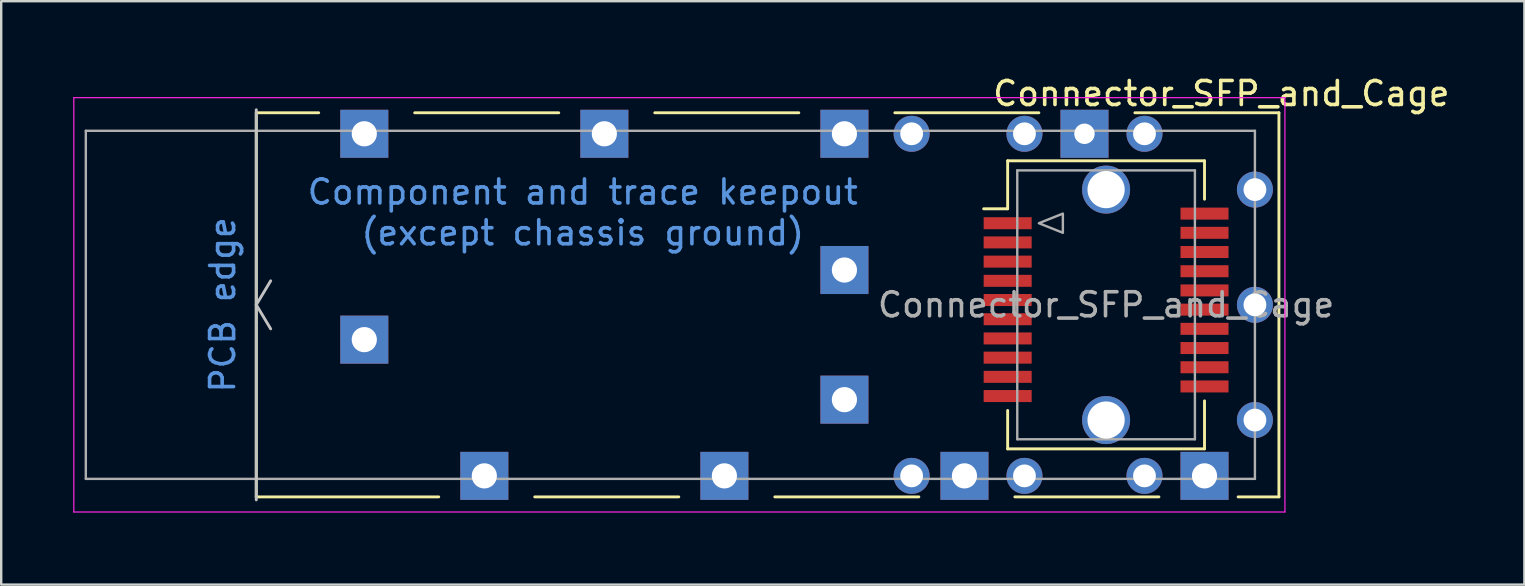
<source format=kicad_pcb>
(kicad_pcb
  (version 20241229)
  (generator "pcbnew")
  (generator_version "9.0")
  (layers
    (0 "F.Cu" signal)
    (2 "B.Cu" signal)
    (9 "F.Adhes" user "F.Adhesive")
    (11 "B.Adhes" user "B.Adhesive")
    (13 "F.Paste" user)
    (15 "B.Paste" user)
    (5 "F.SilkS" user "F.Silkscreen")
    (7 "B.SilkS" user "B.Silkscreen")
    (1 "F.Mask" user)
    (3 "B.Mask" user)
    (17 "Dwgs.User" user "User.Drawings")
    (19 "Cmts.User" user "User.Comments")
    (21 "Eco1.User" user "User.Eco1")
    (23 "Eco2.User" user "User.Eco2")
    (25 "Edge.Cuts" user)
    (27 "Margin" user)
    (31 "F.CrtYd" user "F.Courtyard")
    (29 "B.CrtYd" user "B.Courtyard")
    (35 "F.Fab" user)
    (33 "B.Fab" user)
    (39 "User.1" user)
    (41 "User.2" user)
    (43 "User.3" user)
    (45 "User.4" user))
  (footprint "Connector_SFP_and_Cage"
    (layer "F.Cu")
    (at 49.225 9.648)
    (property "Reference" "Connector_SFP_and_Cage" (at -1.4 -8.8 0) (layer "F.SilkS") (effects (font (size 1 1) (thickness 0.15))))
    (attr smd)
    (fp_line (start -41.6 8) (end -41.6 -8) (stroke (width 0.12) (type solid)) (layer "F.SilkS"))
    (fp_line (start -39 -8) (end -41.6 -8) (stroke (width 0.12) (type solid)) (layer "F.SilkS"))
    (fp_line (start -34 8) (end -41.6 8) (stroke (width 0.12) (type solid)) (layer "F.SilkS"))
    (fp_line (start -30 8) (end -24 8) (stroke (width 0.12) (type solid)) (layer "F.SilkS"))
    (fp_line (start -29 -8) (end -35 -8) (stroke (width 0.12) (type solid)) (layer "F.SilkS"))
    (fp_line (start -20 8) (end -14 8) (stroke (width 0.12) (type solid)) (layer "F.SilkS"))
    (fp_line (start -19 -8) (end -25 -8) (stroke (width 0.12) (type solid)) (layer "F.SilkS"))
    (fp_line (start -10.3 -6) (end -10.3 -4) (stroke (width 0.12) (type solid)) (layer "F.SilkS"))
    (fp_line (start -10.3 -4) (end -11.3 -4) (stroke (width 0.12) (type solid)) (layer "F.SilkS"))
    (fp_line (start -10.3 4.4) (end -10.3 6) (stroke (width 0.12) (type solid)) (layer "F.SilkS"))
    (fp_line (start -10 8) (end -4 8) (stroke (width 0.12) (type solid)) (layer "F.SilkS"))
    (fp_line (start -9 -8) (end -15 -8) (stroke (width 0.12) (type solid)) (layer "F.SilkS"))
    (fp_line (start -2.1 -6) (end -10.3 -6) (stroke (width 0.12) (type solid)) (layer "F.SilkS"))
    (fp_line (start -2.1 -4.4) (end -2.1 -6) (stroke (width 0.12) (type solid)) (layer "F.SilkS"))
    (fp_line (start -2.1 4) (end -2.1 6) (stroke (width 0.12) (type solid)) (layer "F.SilkS"))
    (fp_line (start -2.1 6) (end -10.3 6) (stroke (width 0.12) (type solid)) (layer "F.SilkS"))
    (fp_line (start -0.7 8) (end 1 8) (stroke (width 0.12) (type solid)) (layer "F.SilkS"))
    (fp_line (start 1 -8) (end -5 -8) (stroke (width 0.12) (type solid)) (layer "F.SilkS"))
    (fp_line (start 1 8) (end 1 -8) (stroke (width 0.12) (type solid)) (layer "F.SilkS"))
    (fp_line (start -41.6 0) (end -41 -1) (stroke (width 0.12) (type solid)) (layer "Dwgs.User"))
    (fp_line (start -41.6 8.125) (end -41.6 -8.125) (stroke (width 0.12) (type solid)) (layer "Dwgs.User"))
    (fp_line (start -41 1) (end -41.6 0) (stroke (width 0.12) (type solid)) (layer "Dwgs.User"))
    (fp_line (start -49.2 -8.63) (end -49.2 8.63) (stroke (width 0.05) (type solid)) (layer "F.CrtYd"))
    (fp_line (start -49.2 -8.63) (end 1.25 -8.63) (stroke (width 0.05) (type solid)) (layer "F.CrtYd"))
    (fp_line (start 1.25 8.63) (end -49.2 8.63) (stroke (width 0.05) (type solid)) (layer "F.CrtYd"))
    (fp_line (start 1.25 8.63) (end 1.25 -8.63) (stroke (width 0.05) (type solid)) (layer "F.CrtYd"))
    (fp_line (start -48.7 -7.25) (end -48.7 7.25) (stroke (width 0.1) (type solid)) (layer "F.Fab"))
    (fp_line (start -9.9 -5.6) (end -9.9 5.6) (stroke (width 0.1) (type solid)) (layer "F.Fab"))
    (fp_line (start -2.5 -5.6) (end -9.9 -5.6) (stroke (width 0.1) (type solid)) (layer "F.Fab"))
    (fp_line (start -2.5 -5.6) (end -2.5 5.6) (stroke (width 0.1) (type solid)) (layer "F.Fab"))
    (fp_line (start -2.5 5.6) (end -9.9 5.6) (stroke (width 0.1) (type solid)) (layer "F.Fab"))
    (fp_line (start 0 -7.25) (end -48.7 -7.25) (stroke (width 0.1) (type solid)) (layer "F.Fab"))
    (fp_line (start 0 -7.25) (end 0 7.25) (stroke (width 0.1) (type solid)) (layer "F.Fab"))
    (fp_line (start 0 7.25) (end -48.7 7.25) (stroke (width 0.1) (type solid)) (layer "F.Fab"))
    (fp_poly (pts (xy -9 -3.4) (xy -8 -3.8) (xy -8 -3)) (stroke (width 0.1) (type solid)) (fill no) (layer "F.Fab"))
    (fp_text user "Component and trace keepout" (at -28 -4.7 0) (layer "Cmts.User") (effects (font (size 1 1) (thickness 0.15))))
    (fp_text user "(except chassis ground)" (at -28 -3 0) (layer "Cmts.User") (effects (font (size 1 1) (thickness 0.15))))
    (fp_text user "PCB edge" (at -43 0 90) (layer "Cmts.User") (effects (font (size 1 1) (thickness 0.15))))
    (fp_text user "${REFERENCE}" (at -6.2 0 0) (layer "F.Fab") (effects (font (size 1 1) (thickness 0.15))))
    (pad "" np_thru_hole circle (at -6.2 -4.8) (size 2 2) (drill 1.55) (layers "*.Cu" "*.Mask"))
    (pad "" np_thru_hole circle (at -6.2 4.8) (size 2 2) (drill 1.55) (layers "*.Cu" "*.Mask"))
    (pad "1" smd rect (at -10.3 -3.4) (size 2 0.5) (layers "F.Cu" "F.Mask" "F.Paste"))
    (pad "2" smd rect (at -10.3 -2.6) (size 2 0.5) (layers "F.Cu" "F.Mask" "F.Paste"))
    (pad "3" smd rect (at -10.3 -1.8) (size 2 0.5) (layers "F.Cu" "F.Mask" "F.Paste"))
    (pad "4" smd rect (at -10.3 -1) (size 2 0.5) (layers "F.Cu" "F.Mask" "F.Paste"))
    (pad "5" smd rect (at -10.3 -0.2) (size 2 0.5) (layers "F.Cu" "F.Mask" "F.Paste"))
    (pad "6" smd rect (at -10.3 0.6) (size 2 0.5) (layers "F.Cu" "F.Mask" "F.Paste"))
    (pad "7" smd rect (at -10.3 1.4) (size 2 0.5) (layers "F.Cu" "F.Mask" "F.Paste"))
    (pad "8" smd rect (at -10.3 2.2) (size 2 0.5) (layers "F.Cu" "F.Mask" "F.Paste"))
    (pad "9" smd rect (at -10.3 3) (size 2 0.5) (layers "F.Cu" "F.Mask" "F.Paste"))
    (pad "10" smd rect (at -10.3 3.8) (size 2 0.5) (layers "F.Cu" "F.Mask" "F.Paste"))
    (pad "11" smd rect (at -2.1 3.4) (size 2 0.5) (layers "F.Cu" "F.Mask" "F.Paste"))
    (pad "12" smd rect (at -2.1 2.6) (size 2 0.5) (layers "F.Cu" "F.Mask" "F.Paste"))
    (pad "13" smd rect (at -2.1 1.8) (size 2 0.5) (layers "F.Cu" "F.Mask" "F.Paste"))
    (pad "14" smd rect (at -2.1 1) (size 2 0.5) (layers "F.Cu" "F.Mask" "F.Paste"))
    (pad "15" smd rect (at -2.1 0.2) (size 2 0.5) (layers "F.Cu" "F.Mask" "F.Paste"))
    (pad "16" smd rect (at -2.1 -0.6) (size 2 0.5) (layers "F.Cu" "F.Mask" "F.Paste"))
    (pad "17" smd rect (at -2.1 -1.4) (size 2 0.5) (layers "F.Cu" "F.Mask" "F.Paste"))
    (pad "18" smd rect (at -2.1 -2.2) (size 2 0.5) (layers "F.Cu" "F.Mask" "F.Paste"))
    (pad "19" smd rect (at -2.1 -3) (size 2 0.5) (layers "F.Cu" "F.Mask" "F.Paste"))
    (pad "20" smd rect (at -2.1 -3.8) (size 2 0.5) (layers "F.Cu" "F.Mask" "F.Paste"))
    (pad "CAGE" thru_hole rect (at -37.1 -7.125) (size 2 2) (drill 1.05) (layers "*.Cu" "*.Mask"))
    (pad "CAGE" thru_hole rect (at -37.1 1.45) (size 2 2) (drill 1.05) (layers "*.Cu" "*.Mask"))
    (pad "CAGE" thru_hole rect (at -32.1 7.125) (size 2 2) (drill 1.05) (layers "*.Cu" "*.Mask"))
    (pad "CAGE" thru_hole rect (at -27.1 -7.125) (size 2 2) (drill 1.05) (layers "*.Cu" "*.Mask"))
    (pad "CAGE" thru_hole rect (at -22.1 7.125) (size 2 2) (drill 1.05) (layers "*.Cu" "*.Mask"))
    (pad "CAGE" thru_hole rect (at -17.1 -7.125) (size 2 2) (drill 1.05) (layers "*.Cu" "*.Mask"))
    (pad "CAGE" thru_hole rect (at -17.1 -1.45) (size 2 2) (drill 1.05) (layers "*.Cu" "*.Mask"))
    (pad "CAGE" thru_hole rect (at -17.1 3.95) (size 2 2) (drill 1.05) (layers "*.Cu" "*.Mask"))
    (pad "CAGE" thru_hole circle (at -14.3 -7.125) (size 1.5 1.5) (drill 0.95) (layers "*.Cu" "*.Mask"))
    (pad "CAGE" thru_hole circle (at -14.3 7.125) (size 1.5 1.5) (drill 0.95) (layers "*.Cu" "*.Mask"))
    (pad "CAGE" thru_hole rect (at -12.1 7.125) (size 2 2) (drill 1.05) (layers "*.Cu" "*.Mask"))
    (pad "CAGE" thru_hole circle (at -9.6 -7.125) (size 1.5 1.5) (drill 0.95) (layers "*.Cu" "*.Mask"))
    (pad "CAGE" thru_hole circle (at -9.6 7.125) (size 1.5 1.5) (drill 0.95) (layers "*.Cu" "*.Mask"))
    (pad "CAGE" thru_hole rect (at -7.1 -7.125) (size 2 2) (drill 0.85) (layers "*.Cu" "*.Mask"))
    (pad "CAGE" thru_hole circle (at -4.6 -7.125) (size 1.5 1.5) (drill 0.95) (layers "*.Cu" "*.Mask"))
    (pad "CAGE" thru_hole circle (at -4.6 7.125) (size 1.5 1.5) (drill 0.95) (layers "*.Cu" "*.Mask"))
    (pad "CAGE" thru_hole rect (at -2.1 7.125) (size 2 2) (drill 1.05) (layers "*.Cu" "*.Mask"))
    (pad "CAGE" thru_hole circle (at 0 -4.8) (size 1.5 1.5) (drill 0.95) (layers "*.Cu" "*.Mask"))
    (pad "CAGE" thru_hole circle (at 0 0) (size 1.5 1.5) (drill 0.95) (layers "*.Cu" "*.Mask"))
    (pad "CAGE" thru_hole circle (at 0 4.8) (size 1.5 1.5) (drill 0.95) (layers "*.Cu" "*.Mask"))
    (zone (net_name "") (layer "F.Cu") (hatch full 0.508) (connect_pads) (min_thickness 0.254) (filled_areas_thickness no) (keepout (tracks not_allowed) (vias allowed) (pads allowed) (copperpour allowed) (footprints not_allowed)) (placement (enabled no)) (fill) (polygon (pts (xy 49.925 6.048) (xy 48.925 6.048) (xy 48.925 3.548) (xy 34.425 3.548) (xy 34.425 15.748) (xy 48.925 15.748) (xy 48.925 12.748) (xy 49.925 12.748) (xy 49.925 17.773) (xy 7.625 17.773) (xy 7.625 1.523) (xy 49.925 1.523)))))
  (gr_rect
    (start -3 -3)
    (end 60.45 21.303)
    (stroke (width 0.1) (type default))
    (fill no)
    (layer "Edge.Cuts")))
</source>
